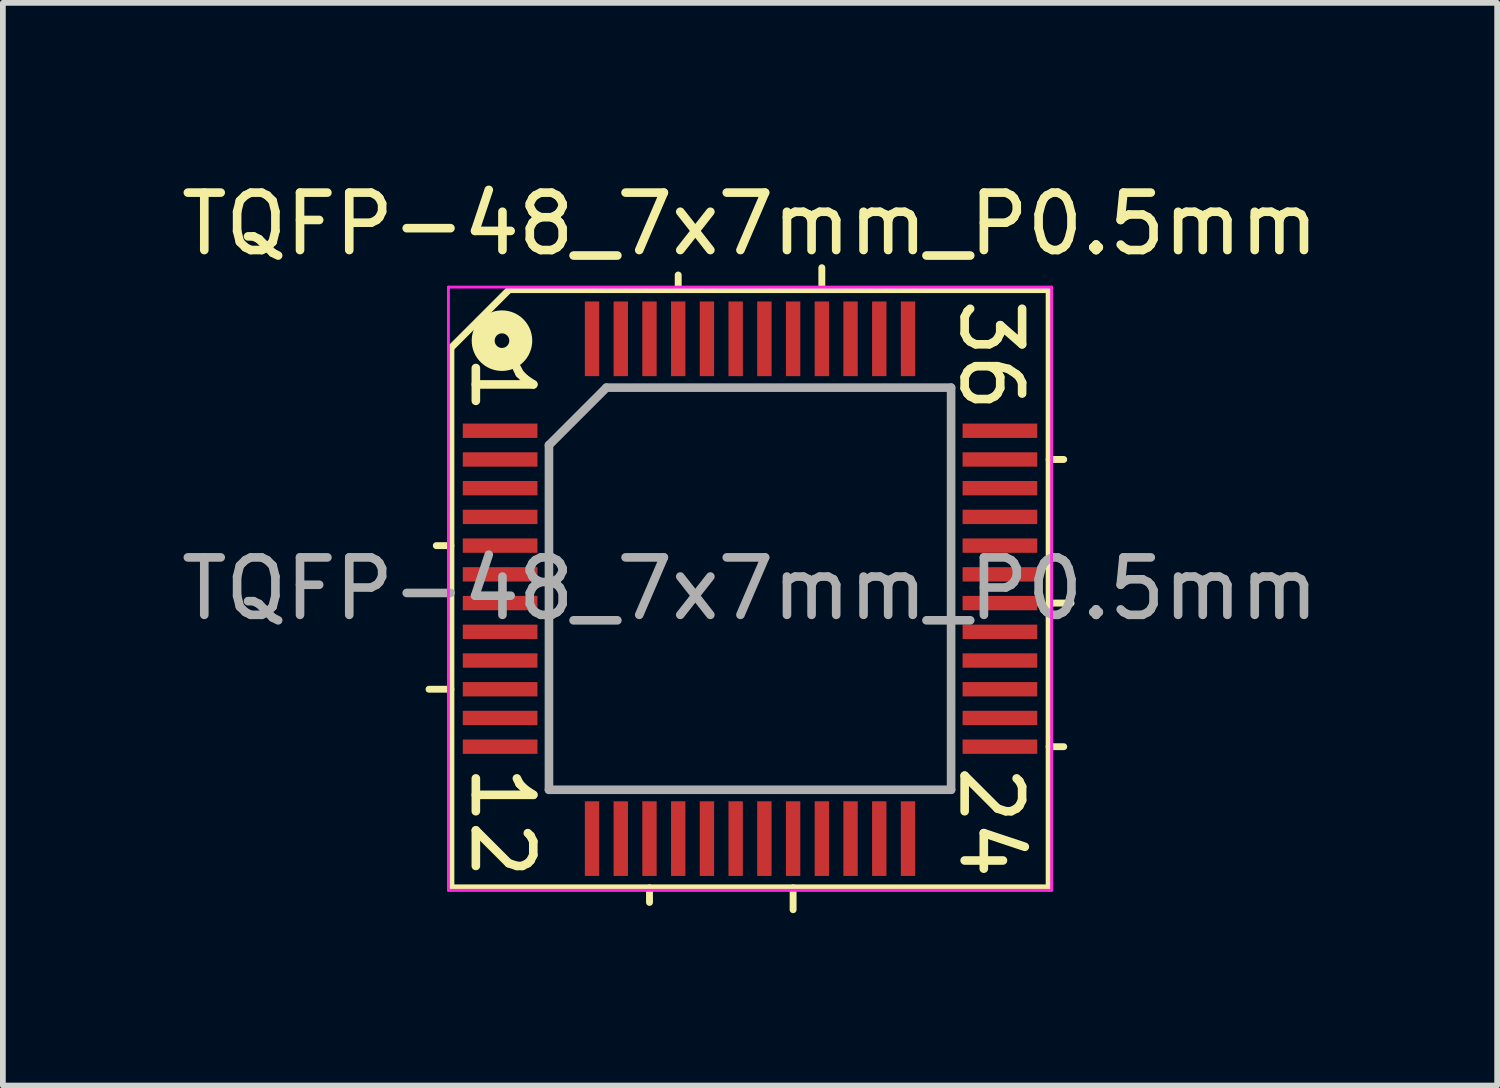
<source format=kicad_pcb>
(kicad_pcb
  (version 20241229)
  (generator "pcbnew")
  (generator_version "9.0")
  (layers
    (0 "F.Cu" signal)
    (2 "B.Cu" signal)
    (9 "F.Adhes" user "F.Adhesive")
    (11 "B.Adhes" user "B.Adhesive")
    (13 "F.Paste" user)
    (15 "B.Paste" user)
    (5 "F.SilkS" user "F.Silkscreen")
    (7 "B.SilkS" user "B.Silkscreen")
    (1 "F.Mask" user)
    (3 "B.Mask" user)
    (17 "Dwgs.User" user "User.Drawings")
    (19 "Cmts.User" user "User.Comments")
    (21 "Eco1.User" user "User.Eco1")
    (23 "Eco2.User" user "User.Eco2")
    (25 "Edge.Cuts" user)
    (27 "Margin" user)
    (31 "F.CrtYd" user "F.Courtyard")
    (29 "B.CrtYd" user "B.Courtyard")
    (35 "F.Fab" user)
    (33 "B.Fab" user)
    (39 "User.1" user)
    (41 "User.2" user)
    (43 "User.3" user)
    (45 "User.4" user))
  (footprint "TQFP-48_7x7mm_P0.5mm"
    (layer "F.Cu")
    (at 10.006 7.198)
    (property "Reference" "TQFP-48_7x7mm_P0.5mm" (at 0 -6.35 0) (layer "F.SilkS") (effects (font (size 1 1) (thickness 0.15))))
    (attr smd)
    (fp_line (start -5.207 -4.191) (end -5.207 5.207) (stroke (width 0.12) (type solid)) (layer "F.SilkS"))
    (fp_line (start -5.207 -0.75) (end -5.461 -0.75) (stroke (width 0.12) (type solid)) (layer "F.SilkS"))
    (fp_line (start -5.207 1.75) (end -5.588 1.75) (stroke (width 0.12) (type solid)) (layer "F.SilkS"))
    (fp_line (start -5.207 5.207) (end 5.207 5.207) (stroke (width 0.12) (type solid)) (layer "F.SilkS"))
    (fp_line (start -4.191 -5.207) (end -5.207 -4.191) (stroke (width 0.12) (type solid)) (layer "F.SilkS"))
    (fp_line (start -1.75 5.207) (end -1.75 5.461) (stroke (width 0.12) (type solid)) (layer "F.SilkS"))
    (fp_line (start -1.25 -5.207) (end -1.25 -5.461) (stroke (width 0.12) (type solid)) (layer "F.SilkS"))
    (fp_line (start 0.75 5.207) (end 0.75 5.588) (stroke (width 0.12) (type solid)) (layer "F.SilkS"))
    (fp_line (start 1.25 -5.207) (end 1.25 -5.588) (stroke (width 0.12) (type solid)) (layer "F.SilkS"))
    (fp_line (start 5.207 -5.207) (end -4.191 -5.207) (stroke (width 0.12) (type solid)) (layer "F.SilkS"))
    (fp_line (start 5.207 -2.25) (end 5.461 -2.25) (stroke (width 0.12) (type solid)) (layer "F.SilkS"))
    (fp_line (start 5.207 0.25) (end 5.588 0.25) (stroke (width 0.12) (type solid)) (layer "F.SilkS"))
    (fp_line (start 5.207 2.75) (end 5.461 2.75) (stroke (width 0.12) (type solid)) (layer "F.SilkS"))
    (fp_line (start 5.207 5.207) (end 5.207 -5.207) (stroke (width 0.12) (type solid)) (layer "F.SilkS"))
    (fp_circle (center -4.318 -4.318) (end -4.191 -4.318) (stroke (width 0.4) (type solid)) (fill no) (layer "F.SilkS"))
    (fp_line (start -5.25 -5.25) (end -5.25 5.25) (stroke (width 0.05) (type solid)) (layer "F.CrtYd"))
    (fp_line (start -5.25 -5.25) (end 5.25 -5.25) (stroke (width 0.05) (type solid)) (layer "F.CrtYd"))
    (fp_line (start -5.25 5.25) (end 5.25 5.25) (stroke (width 0.05) (type solid)) (layer "F.CrtYd"))
    (fp_line (start 5.25 -5.25) (end 5.25 5.25) (stroke (width 0.05) (type solid)) (layer "F.CrtYd"))
    (fp_line (start -3.5 -2.5) (end -2.5 -3.5) (stroke (width 0.15) (type solid)) (layer "F.Fab"))
    (fp_line (start -3.5 3.5) (end -3.5 -2.5) (stroke (width 0.15) (type solid)) (layer "F.Fab"))
    (fp_line (start -2.5 -3.5) (end 3.5 -3.5) (stroke (width 0.15) (type solid)) (layer "F.Fab"))
    (fp_line (start 3.5 -3.5) (end 3.5 3.5) (stroke (width 0.15) (type solid)) (layer "F.Fab"))
    (fp_line (start 3.5 3.5) (end -3.5 3.5) (stroke (width 0.15) (type solid)) (layer "F.Fab"))
    (fp_text user "1" (at -4.318 -3.556 270) (unlocked yes) (layer "F.SilkS") (effects (font (size 1 1) (thickness 0.15))))
    (fp_text user "24" (at 4.191 4.064 270) (unlocked yes) (layer "F.SilkS") (effects (font (size 1 1) (thickness 0.15))))
    (fp_text user "12" (at -4.318 4.064 270) (unlocked yes) (layer "F.SilkS") (effects (font (size 1 1) (thickness 0.15))))
    (fp_text user "36" (at 4.191 -4.064 270) (unlocked yes) (layer "F.SilkS") (effects (font (size 1 1) (thickness 0.15))))
    (fp_text user "${REFERENCE}" (at 0 0 0) (layer "F.Fab") (effects (font (size 1 1) (thickness 0.15))))
    (pad "1" smd rect (at -4.35 -2.75) (size 1.3 0.25) (layers "F.Cu" "F.Mask" "F.Paste"))
    (pad "2" smd rect (at -4.35 -2.25) (size 1.3 0.25) (layers "F.Cu" "F.Mask" "F.Paste"))
    (pad "3" smd rect (at -4.35 -1.75) (size 1.3 0.25) (layers "F.Cu" "F.Mask" "F.Paste"))
    (pad "4" smd rect (at -4.35 -1.25) (size 1.3 0.25) (layers "F.Cu" "F.Mask" "F.Paste"))
    (pad "5" smd rect (at -4.35 -0.75) (size 1.3 0.25) (layers "F.Cu" "F.Mask" "F.Paste"))
    (pad "6" smd rect (at -4.35 -0.25) (size 1.3 0.25) (layers "F.Cu" "F.Mask" "F.Paste"))
    (pad "7" smd rect (at -4.35 0.25) (size 1.3 0.25) (layers "F.Cu" "F.Mask" "F.Paste"))
    (pad "8" smd rect (at -4.35 0.75) (size 1.3 0.25) (layers "F.Cu" "F.Mask" "F.Paste"))
    (pad "9" smd rect (at -4.35 1.25) (size 1.3 0.25) (layers "F.Cu" "F.Mask" "F.Paste"))
    (pad "10" smd rect (at -4.35 1.75) (size 1.3 0.25) (layers "F.Cu" "F.Mask" "F.Paste"))
    (pad "11" smd rect (at -4.35 2.25) (size 1.3 0.25) (layers "F.Cu" "F.Mask" "F.Paste"))
    (pad "12" smd rect (at -4.35 2.75) (size 1.3 0.25) (layers "F.Cu" "F.Mask" "F.Paste"))
    (pad "13" smd rect (at -2.75 4.35 90) (size 1.3 0.25) (layers "F.Cu" "F.Mask" "F.Paste"))
    (pad "14" smd rect (at -2.25 4.35 90) (size 1.3 0.25) (layers "F.Cu" "F.Mask" "F.Paste"))
    (pad "15" smd rect (at -1.75 4.35 90) (size 1.3 0.25) (layers "F.Cu" "F.Mask" "F.Paste"))
    (pad "16" smd rect (at -1.25 4.35 90) (size 1.3 0.25) (layers "F.Cu" "F.Mask" "F.Paste"))
    (pad "17" smd rect (at -0.75 4.35 90) (size 1.3 0.25) (layers "F.Cu" "F.Mask" "F.Paste"))
    (pad "18" smd rect (at -0.25 4.35 90) (size 1.3 0.25) (layers "F.Cu" "F.Mask" "F.Paste"))
    (pad "19" smd rect (at 0.25 4.35 90) (size 1.3 0.25) (layers "F.Cu" "F.Mask" "F.Paste"))
    (pad "20" smd rect (at 0.75 4.35 90) (size 1.3 0.25) (layers "F.Cu" "F.Mask" "F.Paste"))
    (pad "21" smd rect (at 1.25 4.35 90) (size 1.3 0.25) (layers "F.Cu" "F.Mask" "F.Paste"))
    (pad "22" smd rect (at 1.75 4.35 90) (size 1.3 0.25) (layers "F.Cu" "F.Mask" "F.Paste"))
    (pad "23" smd rect (at 2.25 4.35 90) (size 1.3 0.25) (layers "F.Cu" "F.Mask" "F.Paste"))
    (pad "24" smd rect (at 2.75 4.35 90) (size 1.3 0.25) (layers "F.Cu" "F.Mask" "F.Paste"))
    (pad "25" smd rect (at 4.35 2.75) (size 1.3 0.25) (layers "F.Cu" "F.Mask" "F.Paste"))
    (pad "26" smd rect (at 4.35 2.25) (size 1.3 0.25) (layers "F.Cu" "F.Mask" "F.Paste"))
    (pad "27" smd rect (at 4.35 1.75) (size 1.3 0.25) (layers "F.Cu" "F.Mask" "F.Paste"))
    (pad "28" smd rect (at 4.35 1.25) (size 1.3 0.25) (layers "F.Cu" "F.Mask" "F.Paste"))
    (pad "29" smd rect (at 4.35 0.75) (size 1.3 0.25) (layers "F.Cu" "F.Mask" "F.Paste"))
    (pad "30" smd rect (at 4.35 0.25) (size 1.3 0.25) (layers "F.Cu" "F.Mask" "F.Paste"))
    (pad "31" smd rect (at 4.35 -0.25) (size 1.3 0.25) (layers "F.Cu" "F.Mask" "F.Paste"))
    (pad "32" smd rect (at 4.35 -0.75) (size 1.3 0.25) (layers "F.Cu" "F.Mask" "F.Paste"))
    (pad "33" smd rect (at 4.35 -1.25) (size 1.3 0.25) (layers "F.Cu" "F.Mask" "F.Paste"))
    (pad "34" smd rect (at 4.35 -1.75) (size 1.3 0.25) (layers "F.Cu" "F.Mask" "F.Paste"))
    (pad "35" smd rect (at 4.35 -2.25) (size 1.3 0.25) (layers "F.Cu" "F.Mask" "F.Paste"))
    (pad "36" smd rect (at 4.35 -2.75) (size 1.3 0.25) (layers "F.Cu" "F.Mask" "F.Paste"))
    (pad "37" smd rect (at 2.75 -4.35 90) (size 1.3 0.25) (layers "F.Cu" "F.Mask" "F.Paste"))
    (pad "38" smd rect (at 2.25 -4.35 90) (size 1.3 0.25) (layers "F.Cu" "F.Mask" "F.Paste"))
    (pad "39" smd rect (at 1.75 -4.35 90) (size 1.3 0.25) (layers "F.Cu" "F.Mask" "F.Paste"))
    (pad "40" smd rect (at 1.25 -4.35 90) (size 1.3 0.25) (layers "F.Cu" "F.Mask" "F.Paste"))
    (pad "41" smd rect (at 0.75 -4.35 90) (size 1.3 0.25) (layers "F.Cu" "F.Mask" "F.Paste"))
    (pad "42" smd rect (at 0.25 -4.35 90) (size 1.3 0.25) (layers "F.Cu" "F.Mask" "F.Paste"))
    (pad "43" smd rect (at -0.25 -4.35 90) (size 1.3 0.25) (layers "F.Cu" "F.Mask" "F.Paste"))
    (pad "44" smd rect (at -0.75 -4.35 90) (size 1.3 0.25) (layers "F.Cu" "F.Mask" "F.Paste"))
    (pad "45" smd rect (at -1.25 -4.35 90) (size 1.3 0.25) (layers "F.Cu" "F.Mask" "F.Paste"))
    (pad "46" smd rect (at -1.75 -4.35 90) (size 1.3 0.25) (layers "F.Cu" "F.Mask" "F.Paste"))
    (pad "47" smd rect (at -2.25 -4.35 90) (size 1.3 0.25) (layers "F.Cu" "F.Mask" "F.Paste"))
    (pad "48" smd rect (at -2.75 -4.35 90) (size 1.3 0.25) (layers "F.Cu" "F.Mask" "F.Paste")))
  (gr_rect
    (start -3 -3)
    (end 23.012 15.846)
    (stroke (width 0.1) (type default))
    (fill no)
    (layer "Edge.Cuts")))
</source>
